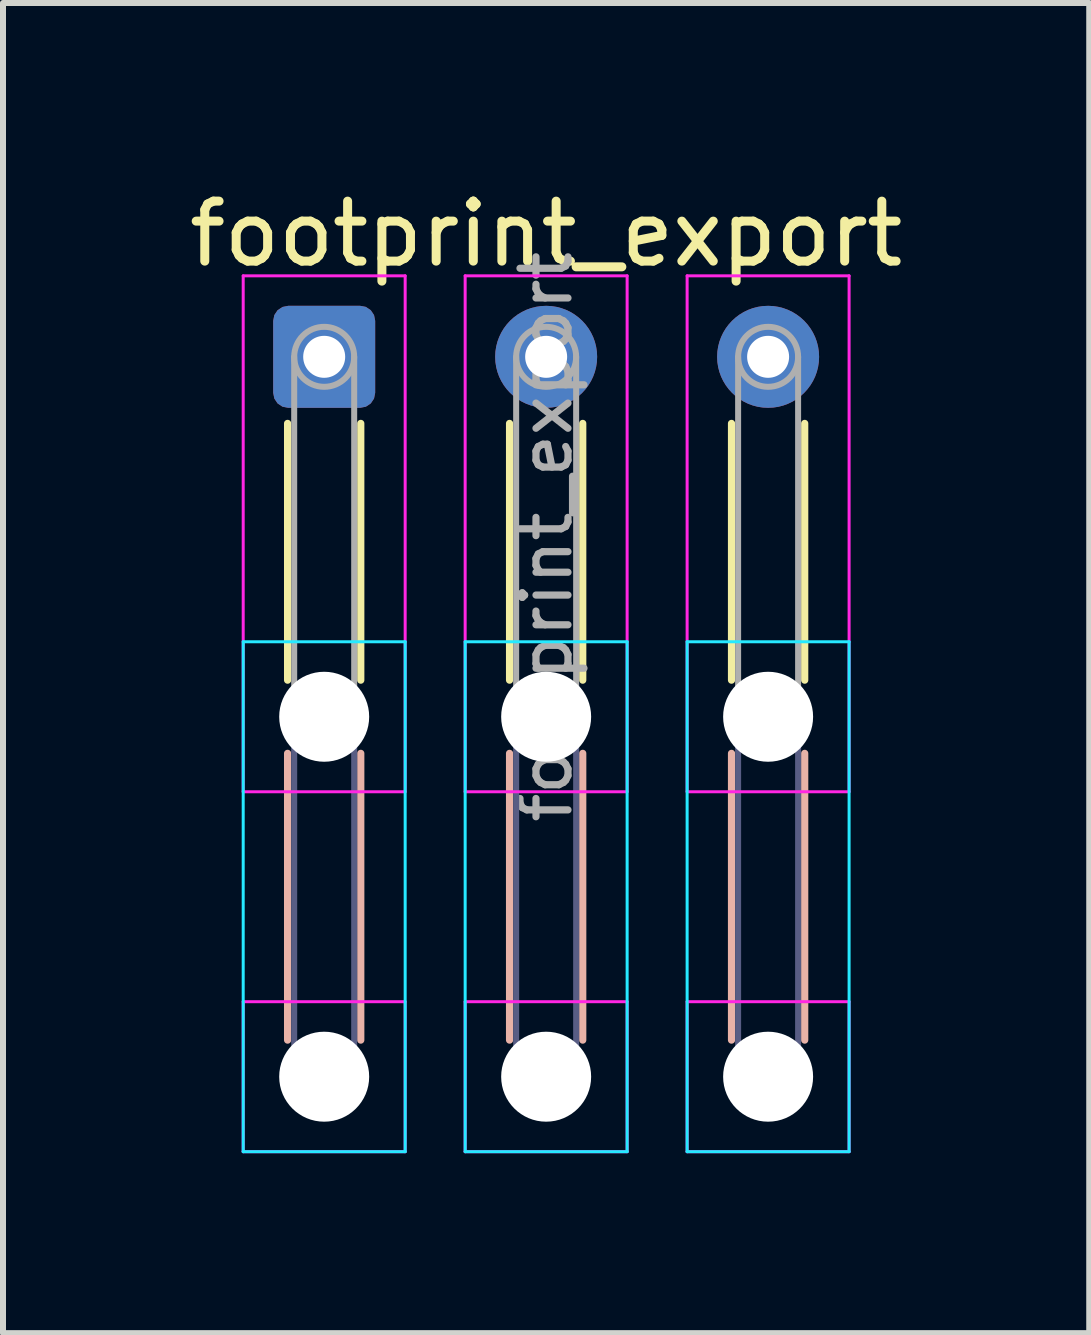
<source format=kicad_pcb>
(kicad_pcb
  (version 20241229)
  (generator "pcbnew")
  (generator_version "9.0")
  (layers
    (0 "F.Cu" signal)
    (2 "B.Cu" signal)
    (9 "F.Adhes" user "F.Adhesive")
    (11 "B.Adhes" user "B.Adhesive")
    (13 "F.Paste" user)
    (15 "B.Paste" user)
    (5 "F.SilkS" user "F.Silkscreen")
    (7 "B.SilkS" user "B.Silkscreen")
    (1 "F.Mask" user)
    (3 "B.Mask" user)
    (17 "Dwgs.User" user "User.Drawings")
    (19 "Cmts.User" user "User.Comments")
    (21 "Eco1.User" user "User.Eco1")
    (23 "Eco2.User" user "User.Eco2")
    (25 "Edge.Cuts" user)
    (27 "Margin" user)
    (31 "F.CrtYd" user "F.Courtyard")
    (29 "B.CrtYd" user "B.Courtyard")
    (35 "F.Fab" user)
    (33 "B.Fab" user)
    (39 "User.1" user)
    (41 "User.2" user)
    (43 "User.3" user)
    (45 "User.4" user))
  (footprint "footprint_export"
    (layer "F.Cu")
    (at 2.354 2.898)
    (property "Reference" "footprint_export" (at 3.7 -2.05 0) (layer "F.SilkS") (effects (font (size 1 1) (thickness 0.15))))
    (attr exclude_from_pos_files exclude_from_bom)
    (fp_line (start -0.61 1.11) (end -0.61 5.39) (stroke (width 0.12) (type solid)) (layer "F.SilkS"))
    (fp_line (start 0.61 1.11) (end 0.61 5.39) (stroke (width 0.12) (type solid)) (layer "F.SilkS"))
    (fp_line (start 3.09 1.11) (end 3.09 5.39) (stroke (width 0.12) (type solid)) (layer "F.SilkS"))
    (fp_line (start 4.31 1.11) (end 4.31 5.39) (stroke (width 0.12) (type solid)) (layer "F.SilkS"))
    (fp_line (start 6.79 1.11) (end 6.79 5.39) (stroke (width 0.12) (type solid)) (layer "F.SilkS"))
    (fp_line (start 8.01 1.11) (end 8.01 5.39) (stroke (width 0.12) (type solid)) (layer "F.SilkS"))
    (fp_line (start -0.61 6.61) (end -0.61 11.39) (stroke (width 0.12) (type solid)) (layer "B.SilkS"))
    (fp_line (start 0.61 6.61) (end 0.61 11.39) (stroke (width 0.12) (type solid)) (layer "B.SilkS"))
    (fp_line (start 3.09 6.61) (end 3.09 11.39) (stroke (width 0.12) (type solid)) (layer "B.SilkS"))
    (fp_line (start 4.31 6.61) (end 4.31 11.39) (stroke (width 0.12) (type solid)) (layer "B.SilkS"))
    (fp_line (start 6.79 6.61) (end 6.79 11.39) (stroke (width 0.12) (type solid)) (layer "B.SilkS"))
    (fp_line (start 8.01 6.61) (end 8.01 11.39) (stroke (width 0.12) (type solid)) (layer "B.SilkS"))
    (fp_line (start -1.35 4.75) (end -1.35 13.25) (stroke (width 0.05) (type solid)) (layer "B.CrtYd"))
    (fp_line (start -1.35 13.25) (end 1.35 13.25) (stroke (width 0.05) (type solid)) (layer "B.CrtYd"))
    (fp_line (start 1.35 4.75) (end -1.35 4.75) (stroke (width 0.05) (type solid)) (layer "B.CrtYd"))
    (fp_line (start 1.35 13.25) (end 1.35 4.75) (stroke (width 0.05) (type solid)) (layer "B.CrtYd"))
    (fp_line (start 2.35 4.75) (end 2.35 13.25) (stroke (width 0.05) (type solid)) (layer "B.CrtYd"))
    (fp_line (start 2.35 13.25) (end 5.05 13.25) (stroke (width 0.05) (type solid)) (layer "B.CrtYd"))
    (fp_line (start 5.05 4.75) (end 2.35 4.75) (stroke (width 0.05) (type solid)) (layer "B.CrtYd"))
    (fp_line (start 5.05 13.25) (end 5.05 4.75) (stroke (width 0.05) (type solid)) (layer "B.CrtYd"))
    (fp_line (start 6.05 4.75) (end 6.05 13.25) (stroke (width 0.05) (type solid)) (layer "B.CrtYd"))
    (fp_line (start 6.05 13.25) (end 8.75 13.25) (stroke (width 0.05) (type solid)) (layer "B.CrtYd"))
    (fp_line (start 8.75 4.75) (end 6.05 4.75) (stroke (width 0.05) (type solid)) (layer "B.CrtYd"))
    (fp_line (start 8.75 13.25) (end 8.75 4.75) (stroke (width 0.05) (type solid)) (layer "B.CrtYd"))
    (fp_line (start -1.35 -1.35) (end -1.35 7.25) (stroke (width 0.05) (type solid)) (layer "F.CrtYd"))
    (fp_line (start -1.35 7.25) (end 1.35 7.25) (stroke (width 0.05) (type solid)) (layer "F.CrtYd"))
    (fp_line (start -1.35 10.75) (end -1.35 13.25) (stroke (width 0.05) (type solid)) (layer "F.CrtYd"))
    (fp_line (start -1.35 13.25) (end 1.35 13.25) (stroke (width 0.05) (type solid)) (layer "F.CrtYd"))
    (fp_line (start 1.35 -1.35) (end -1.35 -1.35) (stroke (width 0.05) (type solid)) (layer "F.CrtYd"))
    (fp_line (start 1.35 7.25) (end 1.35 -1.35) (stroke (width 0.05) (type solid)) (layer "F.CrtYd"))
    (fp_line (start 1.35 10.75) (end -1.35 10.75) (stroke (width 0.05) (type solid)) (layer "F.CrtYd"))
    (fp_line (start 1.35 13.25) (end 1.35 10.75) (stroke (width 0.05) (type solid)) (layer "F.CrtYd"))
    (fp_line (start 2.35 -1.35) (end 2.35 7.25) (stroke (width 0.05) (type solid)) (layer "F.CrtYd"))
    (fp_line (start 2.35 7.25) (end 5.05 7.25) (stroke (width 0.05) (type solid)) (layer "F.CrtYd"))
    (fp_line (start 2.35 10.75) (end 2.35 13.25) (stroke (width 0.05) (type solid)) (layer "F.CrtYd"))
    (fp_line (start 2.35 13.25) (end 5.05 13.25) (stroke (width 0.05) (type solid)) (layer "F.CrtYd"))
    (fp_line (start 5.05 -1.35) (end 2.35 -1.35) (stroke (width 0.05) (type solid)) (layer "F.CrtYd"))
    (fp_line (start 5.05 7.25) (end 5.05 -1.35) (stroke (width 0.05) (type solid)) (layer "F.CrtYd"))
    (fp_line (start 5.05 10.75) (end 2.35 10.75) (stroke (width 0.05) (type solid)) (layer "F.CrtYd"))
    (fp_line (start 5.05 13.25) (end 5.05 10.75) (stroke (width 0.05) (type solid)) (layer "F.CrtYd"))
    (fp_line (start 6.05 -1.35) (end 6.05 7.25) (stroke (width 0.05) (type solid)) (layer "F.CrtYd"))
    (fp_line (start 6.05 7.25) (end 8.75 7.25) (stroke (width 0.05) (type solid)) (layer "F.CrtYd"))
    (fp_line (start 6.05 10.75) (end 6.05 13.25) (stroke (width 0.05) (type solid)) (layer "F.CrtYd"))
    (fp_line (start 6.05 13.25) (end 8.75 13.25) (stroke (width 0.05) (type solid)) (layer "F.CrtYd"))
    (fp_line (start 8.75 -1.35) (end 6.05 -1.35) (stroke (width 0.05) (type solid)) (layer "F.CrtYd"))
    (fp_line (start 8.75 7.25) (end 8.75 -1.35) (stroke (width 0.05) (type solid)) (layer "F.CrtYd"))
    (fp_line (start 8.75 10.75) (end 6.05 10.75) (stroke (width 0.05) (type solid)) (layer "F.CrtYd"))
    (fp_line (start 8.75 13.25) (end 8.75 10.75) (stroke (width 0.05) (type solid)) (layer "F.CrtYd"))
    (fp_line (start -0.5 6) (end -0.5 12) (stroke (width 0.1) (type solid)) (layer "B.Fab"))
    (fp_line (start 0.5 6) (end 0.5 12) (stroke (width 0.1) (type solid)) (layer "B.Fab"))
    (fp_line (start 3.2 6) (end 3.2 12) (stroke (width 0.1) (type solid)) (layer "B.Fab"))
    (fp_line (start 4.2 6) (end 4.2 12) (stroke (width 0.1) (type solid)) (layer "B.Fab"))
    (fp_line (start 6.9 6) (end 6.9 12) (stroke (width 0.1) (type solid)) (layer "B.Fab"))
    (fp_line (start 7.9 6) (end 7.9 12) (stroke (width 0.1) (type solid)) (layer "B.Fab"))
    (fp_circle (center 0 6) (end 0.5 6) (stroke (width 0.1) (type solid)) (fill no) (layer "B.Fab"))
    (fp_circle (center 0 12) (end 0.5 12) (stroke (width 0.1) (type solid)) (fill no) (layer "B.Fab"))
    (fp_circle (center 3.7 6) (end 4.2 6) (stroke (width 0.1) (type solid)) (fill no) (layer "B.Fab"))
    (fp_circle (center 3.7 12) (end 4.2 12) (stroke (width 0.1) (type solid)) (fill no) (layer "B.Fab"))
    (fp_circle (center 7.4 6) (end 7.9 6) (stroke (width 0.1) (type solid)) (fill no) (layer "B.Fab"))
    (fp_circle (center 7.4 12) (end 7.9 12) (stroke (width 0.1) (type solid)) (fill no) (layer "B.Fab"))
    (fp_line (start -0.5 0) (end -0.5 6) (stroke (width 0.1) (type solid)) (layer "F.Fab"))
    (fp_line (start 0.5 0) (end 0.5 6) (stroke (width 0.1) (type solid)) (layer "F.Fab"))
    (fp_line (start 3.2 0) (end 3.2 6) (stroke (width 0.1) (type solid)) (layer "F.Fab"))
    (fp_line (start 4.2 0) (end 4.2 6) (stroke (width 0.1) (type solid)) (layer "F.Fab"))
    (fp_line (start 6.9 0) (end 6.9 6) (stroke (width 0.1) (type solid)) (layer "F.Fab"))
    (fp_line (start 7.9 0) (end 7.9 6) (stroke (width 0.1) (type solid)) (layer "F.Fab"))
    (fp_circle (center 0 0) (end 0.5 0) (stroke (width 0.1) (type solid)) (fill no) (layer "F.Fab"))
    (fp_circle (center 0 6) (end 0.5 6) (stroke (width 0.1) (type solid)) (fill no) (layer "F.Fab"))
    (fp_circle (center 0 12) (end 0.5 12) (stroke (width 0.1) (type solid)) (fill no) (layer "F.Fab"))
    (fp_circle (center 3.7 0) (end 4.2 0) (stroke (width 0.1) (type solid)) (fill no) (layer "F.Fab"))
    (fp_circle (center 3.7 6) (end 4.2 6) (stroke (width 0.1) (type solid)) (fill no) (layer "F.Fab"))
    (fp_circle (center 3.7 12) (end 4.2 12) (stroke (width 0.1) (type solid)) (fill no) (layer "F.Fab"))
    (fp_circle (center 7.4 0) (end 7.9 0) (stroke (width 0.1) (type solid)) (fill no) (layer "F.Fab"))
    (fp_circle (center 7.4 6) (end 7.9 6) (stroke (width 0.1) (type solid)) (fill no) (layer "F.Fab"))
    (fp_circle (center 7.4 12) (end 7.9 12) (stroke (width 0.1) (type solid)) (fill no) (layer "F.Fab"))
    (fp_text user "${REFERENCE}" (at 3.7 3 90) (layer "F.Fab") (effects (font (size 0.8 0.8) (thickness 0.12))))
    (pad "" np_thru_hole circle (at 0 6) (size 1.5 1.5) (drill 1.5) (layers "*.Cu" "*.Mask"))
    (pad "" np_thru_hole circle (at 0 12) (size 1.5 1.5) (drill 1.5) (layers "*.Cu" "*.Mask"))
    (pad "" np_thru_hole circle (at 3.7 6) (size 1.5 1.5) (drill 1.5) (layers "*.Cu" "*.Mask"))
    (pad "" np_thru_hole circle (at 3.7 12) (size 1.5 1.5) (drill 1.5) (layers "*.Cu" "*.Mask"))
    (pad "" np_thru_hole circle (at 7.4 6) (size 1.5 1.5) (drill 1.5) (layers "*.Cu" "*.Mask"))
    (pad "" np_thru_hole circle (at 7.4 12) (size 1.5 1.5) (drill 1.5) (layers "*.Cu" "*.Mask"))
    (pad "1" thru_hole roundrect (at 0 0) (size 1.7 1.7) (drill 0.7) (layers "*.Cu" "*.Mask") (roundrect_rratio 0.147))
    (pad "2" thru_hole circle (at 3.7 0) (size 1.7 1.7) (drill 0.7) (layers "*.Cu" "*.Mask"))
    (pad "3" thru_hole circle (at 7.4 0) (size 1.7 1.7) (drill 0.7) (layers "*.Cu" "*.Mask")))
  (gr_rect
    (start -3 -3)
    (end 15.107 19.173)
    (stroke (width 0.1) (type default))
    (fill no)
    (layer "Edge.Cuts")))
</source>
